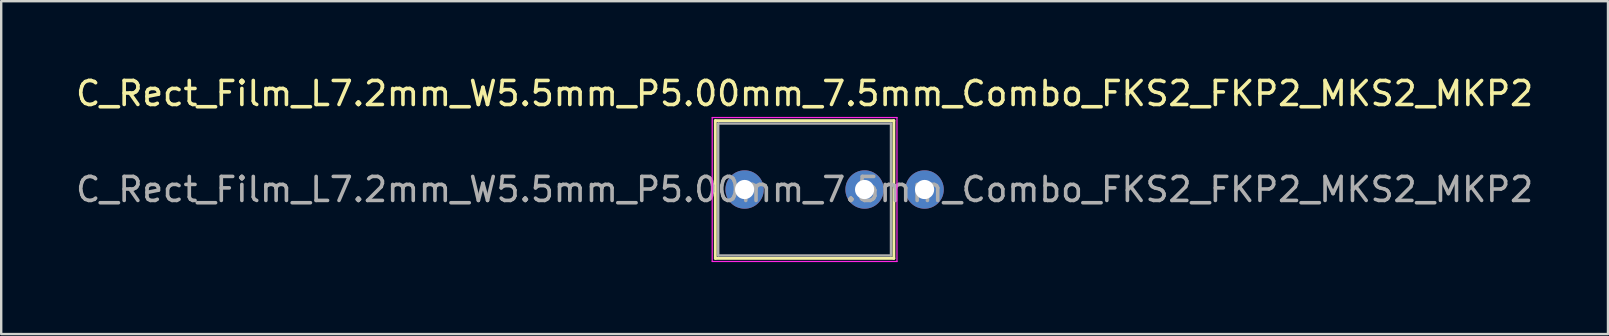
<source format=kicad_pcb>
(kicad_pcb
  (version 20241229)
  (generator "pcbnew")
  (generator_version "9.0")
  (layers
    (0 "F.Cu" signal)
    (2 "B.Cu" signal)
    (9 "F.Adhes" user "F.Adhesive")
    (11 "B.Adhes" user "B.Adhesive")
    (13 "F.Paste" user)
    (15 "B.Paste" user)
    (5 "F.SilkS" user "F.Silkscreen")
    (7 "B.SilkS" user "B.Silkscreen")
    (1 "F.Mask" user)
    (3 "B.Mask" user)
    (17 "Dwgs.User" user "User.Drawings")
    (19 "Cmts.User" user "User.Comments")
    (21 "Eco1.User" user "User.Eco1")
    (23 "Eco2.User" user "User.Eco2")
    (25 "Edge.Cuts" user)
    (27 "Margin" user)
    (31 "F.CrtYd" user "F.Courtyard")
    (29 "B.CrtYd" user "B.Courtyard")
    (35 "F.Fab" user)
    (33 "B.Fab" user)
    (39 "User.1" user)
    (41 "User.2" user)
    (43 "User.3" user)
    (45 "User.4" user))
  (footprint "C_Rect_Film_L7.2mm_W5.5mm_P5.00mm_7.5mm_Combo_FKS2_FKP2_MKS2_MKP2"
    (layer "F.Cu")
    (at 27.982 4.848)
    (property "Reference" "C_Rect_Film_L7.2mm_W5.5mm_P5.00mm_7.5mm_Combo_FKS2_FKP2_MKS2_MKP2" (at 2.5 -4 0) (layer "F.SilkS") (effects (font (size 1 1) (thickness 0.15))))
    (attr through_hole)
    (fp_line (start -1.22 -2.87) (end -1.22 2.87) (stroke (width 0.12) (type solid)) (layer "F.SilkS"))
    (fp_line (start -1.22 -2.87) (end 6.22 -2.87) (stroke (width 0.12) (type solid)) (layer "F.SilkS"))
    (fp_line (start -1.22 2.87) (end 6.22 2.87) (stroke (width 0.12) (type solid)) (layer "F.SilkS"))
    (fp_line (start 6.22 -2.87) (end 6.22 2.87) (stroke (width 0.12) (type solid)) (layer "F.SilkS"))
    (fp_line (start -1.35 -3) (end -1.35 3) (stroke (width 0.05) (type solid)) (layer "F.CrtYd"))
    (fp_line (start -1.35 3) (end 6.35 3) (stroke (width 0.05) (type solid)) (layer "F.CrtYd"))
    (fp_line (start 6.35 -3) (end -1.35 -3) (stroke (width 0.05) (type solid)) (layer "F.CrtYd"))
    (fp_line (start 6.35 3) (end 6.35 -3) (stroke (width 0.05) (type solid)) (layer "F.CrtYd"))
    (fp_line (start -1.1 -2.75) (end -1.1 2.75) (stroke (width 0.1) (type solid)) (layer "F.Fab"))
    (fp_line (start -1.1 2.75) (end 6.1 2.75) (stroke (width 0.1) (type solid)) (layer "F.Fab"))
    (fp_line (start 6.1 -2.75) (end -1.1 -2.75) (stroke (width 0.1) (type solid)) (layer "F.Fab"))
    (fp_line (start 6.1 2.75) (end 6.1 -2.75) (stroke (width 0.1) (type solid)) (layer "F.Fab"))
    (fp_text user "${REFERENCE}" (at 2.5 0 0) (layer "F.Fab") (effects (font (size 1 1) (thickness 0.15))))
    (pad "1" thru_hole circle (at 0 0) (size 1.6 1.6) (drill 0.8) (layers "*.Cu" "*.Mask"))
    (pad "2" thru_hole circle (at 5 0) (size 1.6 1.6) (drill 0.8) (layers "*.Cu" "*.Mask"))
    (pad "2" thru_hole circle (at 7.5 0) (size 1.6 1.6) (drill 0.8) (layers "*.Cu" "*.Mask")))
  (gr_rect
    (start -3 -3)
    (end 63.964 10.873)
    (stroke (width 0.1) (type default))
    (fill no)
    (layer "Edge.Cuts")))
</source>
